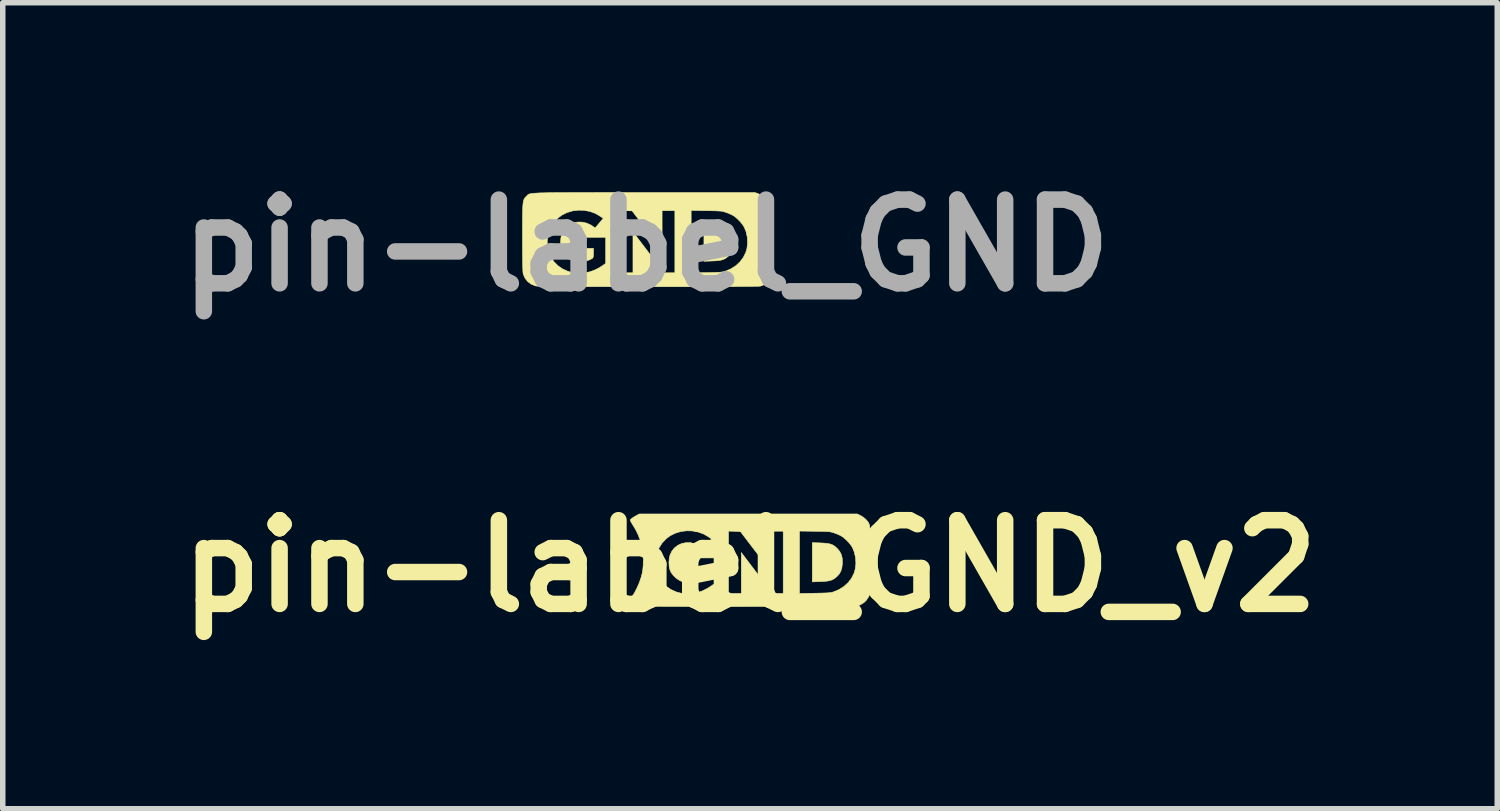
<source format=kicad_pcb>
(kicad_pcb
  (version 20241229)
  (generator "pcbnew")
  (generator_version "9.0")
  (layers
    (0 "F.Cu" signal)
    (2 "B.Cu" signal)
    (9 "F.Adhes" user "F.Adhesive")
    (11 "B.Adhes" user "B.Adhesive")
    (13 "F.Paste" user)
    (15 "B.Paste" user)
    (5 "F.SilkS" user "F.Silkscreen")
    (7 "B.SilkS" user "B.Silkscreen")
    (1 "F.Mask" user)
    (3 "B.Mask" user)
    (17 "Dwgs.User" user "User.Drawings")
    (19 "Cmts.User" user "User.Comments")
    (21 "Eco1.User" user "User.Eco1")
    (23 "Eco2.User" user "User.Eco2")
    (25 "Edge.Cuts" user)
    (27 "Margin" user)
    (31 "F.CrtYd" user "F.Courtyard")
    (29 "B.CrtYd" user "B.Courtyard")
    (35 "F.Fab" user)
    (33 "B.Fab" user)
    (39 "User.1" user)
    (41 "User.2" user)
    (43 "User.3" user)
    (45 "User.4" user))
  (footprint "pin-label_GND_v2"
    (layer "F.Cu")
    (at 10.603 7.254)
    (property "Reference" "pin-label_GND_v2" (at 0 0 0) (layer "F.SilkS") (effects (font (size 1.524 1.524) (thickness 0.3))))
    (attr through_hole)
    (fp_poly (pts (xy 1.278 -0.421) (xy 1.357 -0.417) (xy 1.419 -0.41) (xy 1.468 -0.399) (xy 1.509 -0.382) (xy 1.544 -0.359) (xy 1.58 -0.327) (xy 1.584 -0.323) (xy 1.631 -0.268) (xy 1.662 -0.209) (xy 1.678 -0.143) (xy 1.682 -0.064) (xy 1.681 -0.048) (xy 1.672 0.031) (xy 1.652 0.096) (xy 1.618 0.152) (xy 1.572 0.199) (xy 1.536 0.228) (xy 1.499 0.249) (xy 1.457 0.264) (xy 1.406 0.274) (xy 1.342 0.28) (xy 1.278 0.283) (xy 1.133 0.288) (xy 1.133 -0.426) (xy 1.278 -0.421)) (stroke (width 0.01) (type solid)) (fill yes) (layer "F.SilkS"))
    (fp_poly (pts (xy 2.014 -0.918) (xy 2.057 -0.892) (xy 2.098 -0.859) (xy 2.116 -0.841) (xy 2.132 -0.823) (xy 2.145 -0.807) (xy 2.156 -0.79) (xy 2.165 -0.772) (xy 2.173 -0.749) (xy 2.178 -0.721) (xy 2.183 -0.685) (xy 2.186 -0.641) (xy 2.189 -0.585) (xy 2.19 -0.517) (xy 2.191 -0.434) (xy 2.192 -0.335) (xy 2.192 -0.219) (xy 2.192 -0.1) (xy 2.192 0.494) (xy 2.159 0.559) (xy 2.12 0.62) (xy 2.069 0.669) (xy 2.001 0.709) (xy 1.994 0.712) (xy 1.943 0.736) (xy -0.011 0.737) (xy -0.227 0.738) (xy -0.435 0.738) (xy -0.634 0.738) (xy -0.824 0.737) (xy -1.003 0.737) (xy -1.17 0.737) (xy -1.325 0.736) (xy -1.466 0.736) (xy -1.594 0.735) (xy -1.705 0.734) (xy -1.801 0.734) (xy -1.879 0.733) (xy -1.939 0.732) (xy -1.98 0.731) (xy -2.002 0.73) (xy -2.004 0.73) (xy -2.079 0.702) (xy -2.143 0.656) (xy -2.147 0.653) (xy -2.17 0.629) (xy -2.179 0.611) (xy -2.173 0.591) (xy -2.156 0.567) (xy -2.107 0.493) (xy -2.06 0.403) (xy -2.017 0.306) (xy -1.983 0.207) (xy -1.963 0.132) (xy -1.952 0.068) (xy -1.945 -0.01) (xy -1.943 -0.076) (xy -1.721 -0.076) (xy -1.716 0.017) (xy -1.699 0.104) (xy -1.697 0.112) (xy -1.656 0.21) (xy -1.598 0.296) (xy -1.524 0.37) (xy -1.437 0.429) (xy -1.338 0.473) (xy -1.228 0.501) (xy -1.223 0.502) (xy -1.181 0.504) (xy -1.126 0.503) (xy -1.072 0.5) (xy 0.9 0.5) (xy 1.178 0.495) (xy 1.267 0.493) (xy 1.339 0.491) (xy 1.394 0.489) (xy 1.437 0.486) (xy 1.47 0.482) (xy 1.496 0.477) (xy 1.514 0.472) (xy 1.618 0.429) (xy 1.709 0.372) (xy 1.787 0.301) (xy 1.849 0.22) (xy 1.894 0.129) (xy 1.915 0.055) (xy 1.927 -0.046) (xy 1.921 -0.15) (xy 1.899 -0.25) (xy 1.867 -0.332) (xy 1.837 -0.379) (xy 1.795 -0.431) (xy 1.746 -0.481) (xy 1.696 -0.524) (xy 1.674 -0.539) (xy 1.64 -0.558) (xy 1.594 -0.579) (xy 1.547 -0.597) (xy 1.541 -0.6) (xy 1.514 -0.608) (xy 1.491 -0.615) (xy 1.467 -0.621) (xy 1.439 -0.625) (xy 1.405 -0.627) (xy 1.361 -0.629) (xy 1.304 -0.631) (xy 1.232 -0.632) (xy 1.178 -0.633) (xy 0.9 -0.637) (xy 0.9 0.5) (xy -1.072 0.5) (xy -1.065 0.499) (xy -1.052 0.498) (xy -0.392 0.498) (xy -0.159 0.498) (xy -0.159 -0.246) (xy 0.123 0.126) (xy 0.405 0.498) (xy 0.604 0.498) (xy 0.604 -0.635) (xy 0.371 -0.635) (xy 0.371 -0.278) (xy 0.37 -0.181) (xy 0.37 -0.104) (xy 0.37 -0.043) (xy 0.368 0.002) (xy 0.367 0.033) (xy 0.365 0.053) (xy 0.362 0.063) (xy 0.358 0.065) (xy 0.355 0.063) (xy 0.346 0.052) (xy 0.325 0.025) (xy 0.294 -0.015) (xy 0.254 -0.066) (xy 0.208 -0.126) (xy 0.157 -0.193) (xy 0.101 -0.267) (xy 0.082 -0.291) (xy -0.176 -0.63) (xy -0.284 -0.633) (xy -0.392 -0.636) (xy -0.392 0.498) (xy -1.052 0.498) (xy -1.006 0.492) (xy -0.957 0.483) (xy -0.952 0.482) (xy -0.871 0.454) (xy -0.787 0.413) (xy -0.709 0.365) (xy -0.707 0.363) (xy -0.656 0.326) (xy -0.656 -0.148) (xy -1.143 -0.148) (xy -1.143 0.053) (xy -0.879 0.053) (xy -0.879 0.137) (xy -0.879 0.18) (xy -0.882 0.207) (xy -0.888 0.224) (xy -0.898 0.234) (xy -0.903 0.238) (xy -0.956 0.265) (xy -1.018 0.282) (xy -1.094 0.29) (xy -1.122 0.29) (xy -1.172 0.29) (xy -1.208 0.287) (xy -1.237 0.281) (xy -1.266 0.27) (xy -1.283 0.262) (xy -1.343 0.223) (xy -1.397 0.171) (xy -1.439 0.113) (xy -1.458 0.071) (xy -1.472 0.008) (xy -1.476 -0.064) (xy -1.471 -0.136) (xy -1.457 -0.199) (xy -1.422 -0.273) (xy -1.372 -0.334) (xy -1.31 -0.38) (xy -1.241 -0.411) (xy -1.164 -0.426) (xy -1.085 -0.425) (xy -1.004 -0.407) (xy -0.926 -0.372) (xy -0.882 -0.343) (xy -0.848 -0.318) (xy -0.775 -0.405) (xy -0.701 -0.492) (xy -0.75 -0.528) (xy -0.842 -0.582) (xy -0.942 -0.619) (xy -1.047 -0.639) (xy -1.154 -0.642) (xy -1.259 -0.629) (xy -1.36 -0.598) (xy -1.454 -0.552) (xy -1.528 -0.496) (xy -1.602 -0.417) (xy -1.661 -0.323) (xy -1.692 -0.25) (xy -1.713 -0.167) (xy -1.721 -0.076) (xy -1.943 -0.076) (xy -1.943 -0.095) (xy -1.944 -0.181) (xy -1.949 -0.26) (xy -1.958 -0.327) (xy -1.961 -0.339) (xy -1.992 -0.453) (xy -2.035 -0.565) (xy -2.084 -0.666) (xy -2.099 -0.691) (xy -2.132 -0.745) (xy -2.155 -0.783) (xy -2.17 -0.81) (xy -2.178 -0.827) (xy -2.18 -0.837) (xy -2.178 -0.844) (xy -2.172 -0.85) (xy -2.167 -0.856) (xy -2.148 -0.871) (xy -2.117 -0.892) (xy -2.083 -0.912) (xy -2.017 -0.948) (xy 1.953 -0.948) (xy 2.014 -0.918)) (stroke (width 0.01) (type solid)) (fill yes) (layer "F.SilkS")))
  (footprint "pin-label_GND"
    (layer "F.Cu")
    (at 8.716 1.418)
    (property "Reference" "pin-label_GND" (at 0 0 0) (layer "F.Fab") (effects (font (size 1.524 1.524) (thickness 0.3))))
    (attr through_hole)
    (fp_poly (pts (xy 1.194 -0.421) (xy 1.273 -0.417) (xy 1.334 -0.41) (xy 1.383 -0.399) (xy 1.424 -0.382) (xy 1.46 -0.359) (xy 1.495 -0.327) (xy 1.499 -0.323) (xy 1.546 -0.268) (xy 1.577 -0.209) (xy 1.593 -0.143) (xy 1.597 -0.064) (xy 1.596 -0.048) (xy 1.587 0.031) (xy 1.567 0.096) (xy 1.533 0.152) (xy 1.487 0.199) (xy 1.451 0.228) (xy 1.414 0.249) (xy 1.373 0.264) (xy 1.322 0.274) (xy 1.257 0.28) (xy 1.194 0.283) (xy 1.048 0.288) (xy 1.048 -0.426) (xy 1.194 -0.421)) (stroke (width 0.01) (type solid)) (fill yes) (layer "F.SilkS"))
    (fp_poly (pts (xy -0.488 -0.964) (xy -0.26 -0.963) (xy -0.031 -0.963) (xy 1.978 -0.963) (xy 2.04 -0.94) (xy 2.093 -0.913) (xy 2.144 -0.875) (xy 2.189 -0.83) (xy 2.224 -0.783) (xy 2.243 -0.739) (xy 2.246 -0.719) (xy 2.248 -0.684) (xy 2.25 -0.634) (xy 2.252 -0.567) (xy 2.253 -0.482) (xy 2.254 -0.379) (xy 2.255 -0.257) (xy 2.255 -0.114) (xy 2.255 -0.077) (xy 2.255 0.061) (xy 2.255 0.179) (xy 2.255 0.28) (xy 2.254 0.364) (xy 2.252 0.434) (xy 2.25 0.49) (xy 2.246 0.536) (xy 2.242 0.572) (xy 2.236 0.601) (xy 2.228 0.623) (xy 2.219 0.64) (xy 2.208 0.655) (xy 2.195 0.669) (xy 2.18 0.683) (xy 2.177 0.686) (xy 2.133 0.719) (xy 2.085 0.738) (xy 2.076 0.74) (xy 2.062 0.742) (xy 2.033 0.743) (xy 1.99 0.744) (xy 1.932 0.745) (xy 1.858 0.747) (xy 1.769 0.747) (xy 1.662 0.748) (xy 1.539 0.749) (xy 1.398 0.75) (xy 1.24 0.75) (xy 1.063 0.751) (xy 0.866 0.751) (xy 0.651 0.751) (xy 0.415 0.751) (xy 0.159 0.751) (xy 0.029 0.751) (xy -0.217 0.751) (xy -0.442 0.751) (xy -0.648 0.751) (xy -0.835 0.75) (xy -1.004 0.75) (xy -1.157 0.75) (xy -1.294 0.749) (xy -1.416 0.749) (xy -1.523 0.748) (xy -1.618 0.748) (xy -1.7 0.747) (xy -1.77 0.746) (xy -1.83 0.745) (xy -1.879 0.744) (xy -1.92 0.743) (xy -1.953 0.742) (xy -1.979 0.74) (xy -1.999 0.739) (xy -2.013 0.737) (xy -2.022 0.735) (xy -2.022 0.735) (xy -2.095 0.705) (xy -2.157 0.66) (xy -2.206 0.601) (xy -2.237 0.532) (xy -2.244 0.508) (xy -2.247 0.483) (xy -2.249 0.438) (xy -2.251 0.372) (xy -2.253 0.286) (xy -2.254 0.18) (xy -2.255 0.056) (xy -2.255 -0.076) (xy -1.805 -0.076) (xy -1.801 0.017) (xy -1.784 0.104) (xy -1.781 0.112) (xy -1.74 0.21) (xy -1.682 0.296) (xy -1.609 0.37) (xy -1.522 0.429) (xy -1.423 0.473) (xy -1.313 0.501) (xy -1.308 0.502) (xy -1.266 0.504) (xy -1.211 0.503) (xy -1.157 0.5) (xy 0.815 0.5) (xy 1.093 0.495) (xy 1.183 0.493) (xy 1.254 0.491) (xy 1.309 0.489) (xy 1.352 0.486) (xy 1.385 0.482) (xy 1.411 0.477) (xy 1.429 0.472) (xy 1.533 0.429) (xy 1.625 0.372) (xy 1.702 0.301) (xy 1.764 0.22) (xy 1.809 0.129) (xy 1.831 0.055) (xy 1.842 -0.046) (xy 1.837 -0.15) (xy 1.815 -0.25) (xy 1.782 -0.332) (xy 1.752 -0.379) (xy 1.71 -0.431) (xy 1.661 -0.481) (xy 1.611 -0.524) (xy 1.589 -0.539) (xy 1.555 -0.558) (xy 1.51 -0.579) (xy 1.462 -0.597) (xy 1.456 -0.6) (xy 1.429 -0.608) (xy 1.406 -0.615) (xy 1.382 -0.621) (xy 1.355 -0.625) (xy 1.321 -0.627) (xy 1.277 -0.629) (xy 1.22 -0.631) (xy 1.147 -0.632) (xy 1.093 -0.633) (xy 0.815 -0.637) (xy 0.815 0.5) (xy -1.157 0.5) (xy -1.15 0.499) (xy -1.137 0.498) (xy -0.476 0.498) (xy -0.244 0.498) (xy -0.244 -0.246) (xy 0.039 0.126) (xy 0.321 0.498) (xy 0.519 0.498) (xy 0.519 -0.635) (xy 0.286 -0.635) (xy 0.286 -0.278) (xy 0.286 -0.181) (xy 0.285 -0.104) (xy 0.285 -0.043) (xy 0.284 0.002) (xy 0.282 0.033) (xy 0.28 0.053) (xy 0.277 0.063) (xy 0.274 0.065) (xy 0.27 0.063) (xy 0.261 0.052) (xy 0.24 0.025) (xy 0.209 -0.015) (xy 0.17 -0.066) (xy 0.124 -0.126) (xy 0.072 -0.193) (xy 0.016 -0.267) (xy -0.003 -0.291) (xy -0.26 -0.63) (xy -0.476 -0.636) (xy -0.476 0.498) (xy -1.137 0.498) (xy -1.091 0.492) (xy -1.042 0.483) (xy -1.037 0.482) (xy -0.955 0.454) (xy -0.871 0.413) (xy -0.794 0.365) (xy -0.791 0.363) (xy -0.741 0.326) (xy -0.741 -0.148) (xy -1.228 -0.148) (xy -1.228 0.053) (xy -0.963 0.053) (xy -0.963 0.137) (xy -0.964 0.18) (xy -0.967 0.207) (xy -0.973 0.224) (xy -0.983 0.234) (xy -0.987 0.238) (xy -1.041 0.265) (xy -1.103 0.282) (xy -1.179 0.29) (xy -1.207 0.29) (xy -1.257 0.29) (xy -1.293 0.287) (xy -1.322 0.281) (xy -1.35 0.27) (xy -1.368 0.262) (xy -1.428 0.223) (xy -1.482 0.171) (xy -1.523 0.113) (xy -1.542 0.071) (xy -1.556 0.008) (xy -1.561 -0.064) (xy -1.556 -0.136) (xy -1.542 -0.199) (xy -1.506 -0.273) (xy -1.456 -0.334) (xy -1.395 -0.38) (xy -1.325 -0.411) (xy -1.249 -0.426) (xy -1.169 -0.425) (xy -1.089 -0.407) (xy -1.01 -0.372) (xy -0.967 -0.343) (xy -0.933 -0.318) (xy -0.859 -0.405) (xy -0.785 -0.492) (xy -0.835 -0.528) (xy -0.926 -0.582) (xy -1.026 -0.619) (xy -1.131 -0.639) (xy -1.238 -0.642) (xy -1.344 -0.629) (xy -1.445 -0.598) (xy -1.539 -0.552) (xy -1.613 -0.496) (xy -1.687 -0.417) (xy -1.745 -0.323) (xy -1.777 -0.25) (xy -1.797 -0.167) (xy -1.805 -0.076) (xy -2.255 -0.076) (xy -2.255 -0.088) (xy -2.255 -0.147) (xy -2.255 -0.283) (xy -2.255 -0.401) (xy -2.254 -0.5) (xy -2.253 -0.583) (xy -2.252 -0.652) (xy -2.249 -0.708) (xy -2.246 -0.753) (xy -2.241 -0.788) (xy -2.235 -0.816) (xy -2.228 -0.838) (xy -2.219 -0.855) (xy -2.208 -0.87) (xy -2.196 -0.883) (xy -2.184 -0.895) (xy -2.176 -0.903) (xy -2.17 -0.91) (xy -2.163 -0.917) (xy -2.156 -0.923) (xy -2.147 -0.929) (xy -2.135 -0.934) (xy -2.121 -0.939) (xy -2.102 -0.943) (xy -2.077 -0.946) (xy -2.047 -0.95) (xy -2.01 -0.952) (xy -1.965 -0.955) (xy -1.911 -0.957) (xy -1.848 -0.958) (xy -1.774 -0.96) (xy -1.689 -0.961) (xy -1.591 -0.962) (xy -1.48 -0.962) (xy -1.356 -0.963) (xy -1.216 -0.963) (xy -1.06 -0.963) (xy -0.887 -0.964) (xy -0.697 -0.964) (xy -0.488 -0.964)) (stroke (width 0.01) (type solid)) (fill yes) (layer "F.SilkS")))
  (gr_rect
    (start -3 -3)
    (end 24.205 11.672)
    (stroke (width 0.1) (type default))
    (fill no)
    (layer "Edge.Cuts")))
</source>
